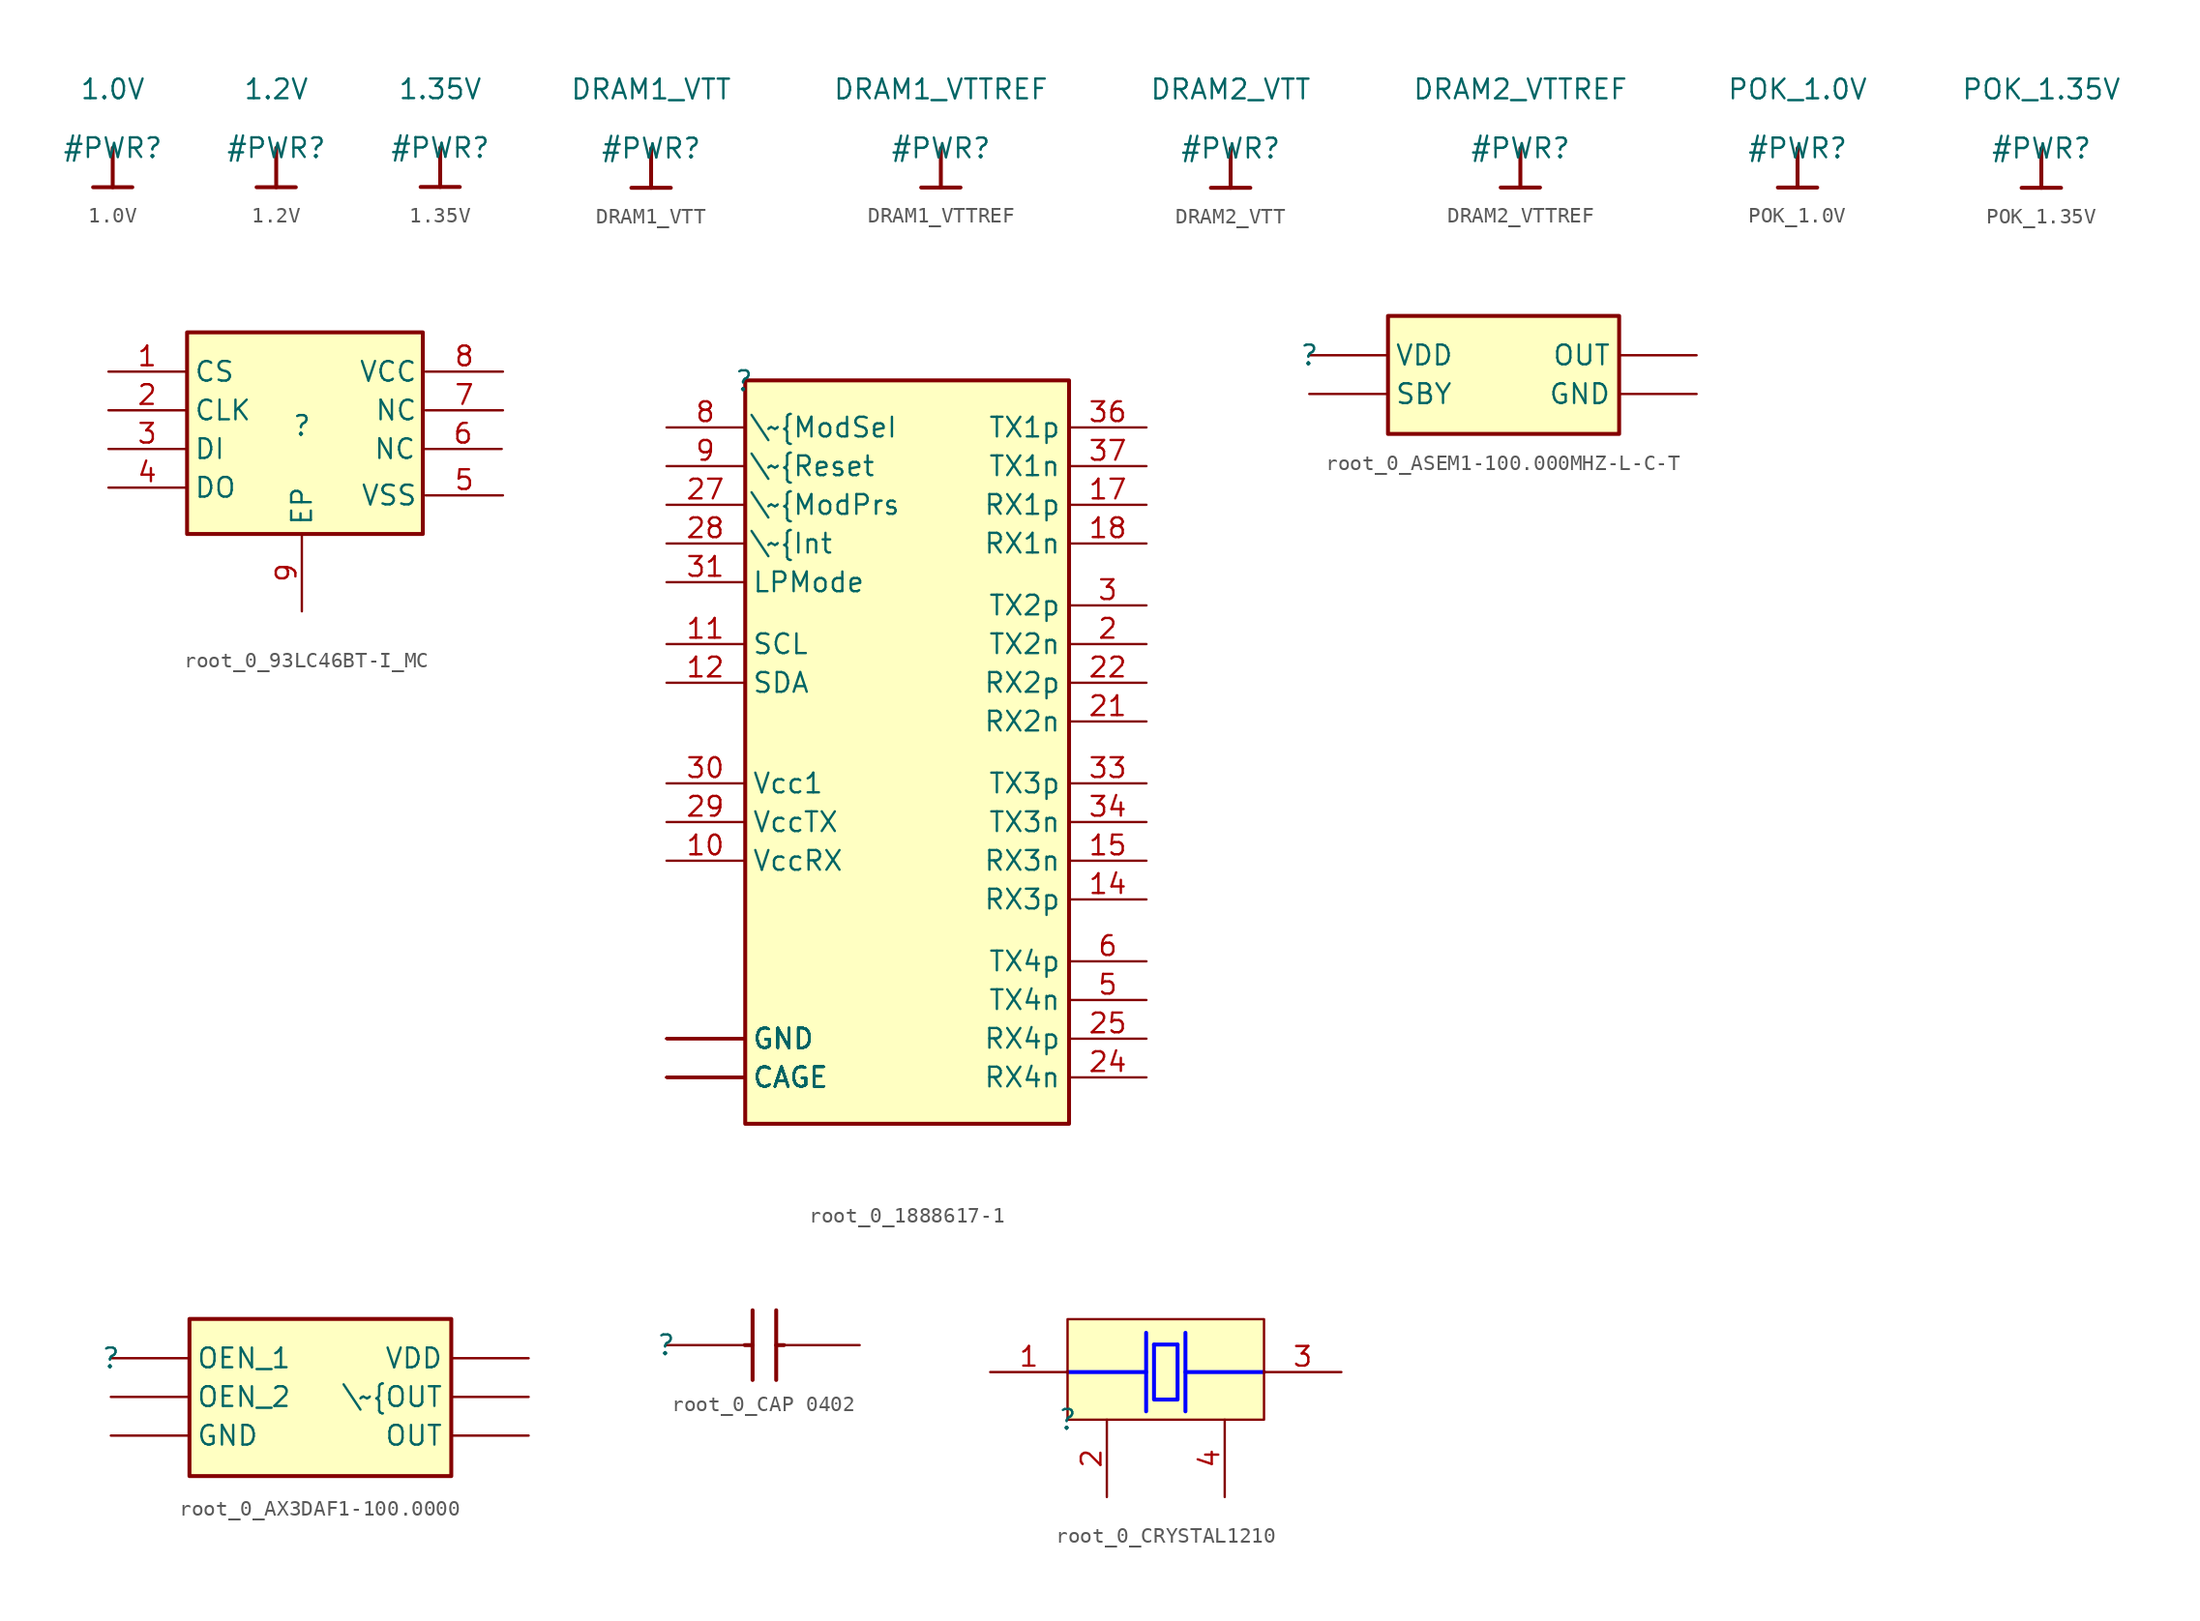
<source format=kicad_sym>
(kicad_symbol_lib
  (version 20220914)
  (generator kicad_symbol_editor)
  (symbol "1.0V"
    (power)
    (property "Reference" "#PWR"
      (at 0 0 0)
      (effects (font (size 1.27 1.27))))
    (property "Value" "1.0V"
      (at 0 3.81 0)
      (effects (font (size 1.27 1.27))))
    (symbol "1.0V_0_0"
      (polyline (pts (xy -1.27 -2.54) (xy 1.27 -2.54)) (stroke (width 0.254) (type solid)) (fill (type none)))
      (polyline (pts (xy 0 0) (xy 0 -2.54)) (stroke (width 0.254) (type solid)) (fill (type none)))
      (pin power_in line (at 0 0 0) (length 0) hide (name "1.0V" (effects (font (size 1.27 1.27)))) (number "" (effects (font (size 1.27 1.27)))))))
  (symbol "1.2V"
    (power)
    (property "Reference" "#PWR"
      (at 0 0 0)
      (effects (font (size 1.27 1.27))))
    (property "Value" "1.2V"
      (at 0 3.81 0)
      (effects (font (size 1.27 1.27))))
    (symbol "1.2V_0_0"
      (polyline (pts (xy -1.27 -2.54) (xy 1.27 -2.54)) (stroke (width 0.254) (type solid)) (fill (type none)))
      (polyline (pts (xy 0 0) (xy 0 -2.54)) (stroke (width 0.254) (type solid)) (fill (type none)))
      (pin power_in line (at 0 0 0) (length 0) hide (name "1.2V" (effects (font (size 1.27 1.27)))) (number "" (effects (font (size 1.27 1.27)))))))
  (symbol "1.35V"
    (power)
    (property "Reference" "#PWR"
      (at 0 0 0)
      (effects (font (size 1.27 1.27))))
    (property "Value" "1.35V"
      (at 0 3.81 0)
      (effects (font (size 1.27 1.27))))
    (symbol "1.35V_0_0"
      (polyline (pts (xy -1.27 -2.54) (xy 1.27 -2.54)) (stroke (width 0.254) (type solid)) (fill (type none)))
      (polyline (pts (xy 0 0) (xy 0 -2.54)) (stroke (width 0.254) (type solid)) (fill (type none)))
      (pin power_in line (at 0 0 0) (length 0) hide (name "1.35V" (effects (font (size 1.27 1.27)))) (number "" (effects (font (size 1.27 1.27)))))))
  (symbol "DRAM1_VTT"
    (power)
    (property "Reference" "#PWR"
      (at 0 0 0)
      (effects (font (size 1.27 1.27))))
    (property "Value" "DRAM1_VTT"
      (at 0 3.81 0)
      (effects (font (size 1.27 1.27))))
    (symbol "DRAM1_VTT_0_0"
      (polyline (pts (xy -1.27 -2.54) (xy 1.27 -2.54)) (stroke (width 0.254) (type solid)) (fill (type none)))
      (polyline (pts (xy 0 0) (xy 0 -2.54)) (stroke (width 0.254) (type solid)) (fill (type none)))
      (pin power_in line (at 0 0 0) (length 0) hide (name "DRAM1_VTT" (effects (font (size 1.27 1.27)))) (number "" (effects (font (size 1.27 1.27)))))))
  (symbol "DRAM1_VTTREF"
    (power)
    (property "Reference" "#PWR"
      (at 0 0 0)
      (effects (font (size 1.27 1.27))))
    (property "Value" "DRAM1_VTTREF"
      (at 0 3.81 0)
      (effects (font (size 1.27 1.27))))
    (symbol "DRAM1_VTTREF_0_0"
      (polyline (pts (xy -1.27 -2.54) (xy 1.27 -2.54)) (stroke (width 0.254) (type solid)) (fill (type none)))
      (polyline (pts (xy 0 0) (xy 0 -2.54)) (stroke (width 0.254) (type solid)) (fill (type none)))
      (pin power_in line (at 0 0 0) (length 0) hide (name "DRAM1_VTTREF" (effects (font (size 1.27 1.27)))) (number "" (effects (font (size 1.27 1.27)))))))
  (symbol "DRAM2_VTT"
    (power)
    (property "Reference" "#PWR"
      (at 0 0 0)
      (effects (font (size 1.27 1.27))))
    (property "Value" "DRAM2_VTT"
      (at 0 3.81 0)
      (effects (font (size 1.27 1.27))))
    (symbol "DRAM2_VTT_0_0"
      (polyline (pts (xy -1.27 -2.54) (xy 1.27 -2.54)) (stroke (width 0.254) (type solid)) (fill (type none)))
      (polyline (pts (xy 0 0) (xy 0 -2.54)) (stroke (width 0.254) (type solid)) (fill (type none)))
      (pin power_in line (at 0 0 0) (length 0) hide (name "DRAM2_VTT" (effects (font (size 1.27 1.27)))) (number "" (effects (font (size 1.27 1.27)))))))
  (symbol "DRAM2_VTTREF"
    (power)
    (property "Reference" "#PWR"
      (at 0 0 0)
      (effects (font (size 1.27 1.27))))
    (property "Value" "DRAM2_VTTREF"
      (at 0 3.81 0)
      (effects (font (size 1.27 1.27))))
    (symbol "DRAM2_VTTREF_0_0"
      (polyline (pts (xy -1.27 -2.54) (xy 1.27 -2.54)) (stroke (width 0.254) (type solid)) (fill (type none)))
      (polyline (pts (xy 0 0) (xy 0 -2.54)) (stroke (width 0.254) (type solid)) (fill (type none)))
      (pin power_in line (at 0 0 0) (length 0) hide (name "DRAM2_VTTREF" (effects (font (size 1.27 1.27)))) (number "" (effects (font (size 1.27 1.27)))))))
  (symbol "POK_1.0V"
    (power)
    (property "Reference" "#PWR"
      (at 0 0 0)
      (effects (font (size 1.27 1.27))))
    (property "Value" "POK_1.0V"
      (at 0 3.81 0)
      (effects (font (size 1.27 1.27))))
    (symbol "POK_1.0V_0_0"
      (polyline (pts (xy -1.27 -2.54) (xy 1.27 -2.54)) (stroke (width 0.254) (type solid)) (fill (type none)))
      (polyline (pts (xy 0 0) (xy 0 -2.54)) (stroke (width 0.254) (type solid)) (fill (type none)))
      (pin power_in line (at 0 0 0) (length 0) hide (name "POK_1.0V" (effects (font (size 1.27 1.27)))) (number "" (effects (font (size 1.27 1.27)))))))
  (symbol "POK_1.35V"
    (power)
    (property "Reference" "#PWR"
      (at 0 0 0)
      (effects (font (size 1.27 1.27))))
    (property "Value" "POK_1.35V"
      (at 0 3.81 0)
      (effects (font (size 1.27 1.27))))
    (symbol "POK_1.35V_0_0"
      (polyline (pts (xy -1.27 -2.54) (xy 1.27 -2.54)) (stroke (width 0.254) (type solid)) (fill (type none)))
      (polyline (pts (xy 0 0) (xy 0 -2.54)) (stroke (width 0.254) (type solid)) (fill (type none)))
      (pin power_in line (at 0 0 0) (length 0) hide (name "POK_1.35V" (effects (font (size 1.27 1.27)))) (number "" (effects (font (size 1.27 1.27)))))))
  (symbol "root_0_93LC46BT-I_MC"
    (property "Reference" ""
      (at 0 0 0)
      (effects (font (size 1.27 1.27))))
    (property "Value" ""
      (at 0 0 0)
      (effects (font (size 1.27 1.27))))
    (symbol "root_0_93LC46BT-I_MC_1_0"
      (rectangle (start 7.82 6.04) (end -7.42 -7) (stroke (width 0.254) (type solid)) (fill (type background)))
      (pin input line (at -12.5 3.5 0) (length 5) (name "CS" (effects (font (size 1.27 1.27)))) (number "1" (effects (font (size 1.27 1.27)))))
      (pin input line (at -12.5 1 0) (length 5) (name "CLK" (effects (font (size 1.27 1.27)))) (number "2" (effects (font (size 1.27 1.27)))))
      (pin input line (at -12.5 -1.5 0) (length 5) (name "DI" (effects (font (size 1.27 1.27)))) (number "3" (effects (font (size 1.27 1.27)))))
      (pin output line (at -12.5 -4 0) (length 5) (name "DO" (effects (font (size 1.27 1.27)))) (number "4" (effects (font (size 1.27 1.27)))))
      (pin power_in line (at 13 -4.5 180) (length 5) (name "VSS" (effects (font (size 1.27 1.27)))) (number "5" (effects (font (size 1.27 1.27)))))
      (pin passive line (at 12.92 -1.5 180) (length 5) (name "NC" (effects (font (size 1.27 1.27)))) (number "6" (effects (font (size 1.27 1.27)))))
      (pin passive line (at 13 1 180) (length 5) (name "NC" (effects (font (size 1.27 1.27)))) (number "7" (effects (font (size 1.27 1.27)))))
      (pin power_in line (at 13 3.5 180) (length 5) (name "VCC" (effects (font (size 1.27 1.27)))) (number "8" (effects (font (size 1.27 1.27)))))
      (pin power_in line (at 0 -12 90) (length 5) (name "EP" (effects (font (size 1.27 1.27)))) (number "9" (effects (font (size 1.27 1.27)))))))
  (symbol "root_0_1888617-1"
    (property "Reference" ""
      (at 0 0 0)
      (effects (font (size 1.27 1.27))))
    (property "Value" ""
      (at 0 0 0)
      (effects (font (size 1.27 1.27))))
    (symbol "root_0_1888617-1_1_0"
      (rectangle (start 21 0.04) (end 0.08 -48) (stroke (width 0.254) (type solid)) (fill (type background)))
      (pin power_in line (at -5 -42.5 0) (length 5) (name "GND" (effects (font (size 1.27 1.27)))) (number "1" (effects (font (size 0 0)))))
      (pin power_in line (at -5 -31 0) (length 5) (name "VccRX" (effects (font (size 1.27 1.27)))) (number "10" (effects (font (size 1.27 1.27)))))
      (pin bidirectional line (at -5 -17 0) (length 5) (name "SCL" (effects (font (size 1.27 1.27)))) (number "11" (effects (font (size 1.27 1.27)))))
      (pin bidirectional line (at -5 -19.5 0) (length 5) (name "SDA" (effects (font (size 1.27 1.27)))) (number "12" (effects (font (size 1.27 1.27)))))
      (pin power_in line (at -5 -42.5 0) (length 5) (name "GND" (effects (font (size 1.27 1.27)))) (number "13" (effects (font (size 0 0)))))
      (pin output line (at 26 -33.5 180) (length 5) (name "RX3p" (effects (font (size 1.27 1.27)))) (number "14" (effects (font (size 1.27 1.27)))))
      (pin output line (at 26 -31 180) (length 5) (name "RX3n" (effects (font (size 1.27 1.27)))) (number "15" (effects (font (size 1.27 1.27)))))
      (pin power_in line (at -5 -42.5 0) (length 5) (name "GND" (effects (font (size 1.27 1.27)))) (number "16" (effects (font (size 0 0)))))
      (pin output line (at 26 -8 180) (length 5) (name "RX1p" (effects (font (size 1.27 1.27)))) (number "17" (effects (font (size 1.27 1.27)))))
      (pin output line (at 26 -10.5 180) (length 5) (name "RX1n" (effects (font (size 1.27 1.27)))) (number "18" (effects (font (size 1.27 1.27)))))
      (pin power_in line (at -5 -42.5 0) (length 5) (name "GND" (effects (font (size 1.27 1.27)))) (number "19" (effects (font (size 0 0)))))
      (pin input line (at 26 -17 180) (length 5) (name "TX2n" (effects (font (size 1.27 1.27)))) (number "2" (effects (font (size 1.27 1.27)))))
      (pin power_in line (at -5 -42.5 0) (length 5) (name "GND" (effects (font (size 1.27 1.27)))) (number "20" (effects (font (size 0 0)))))
      (pin output line (at 26 -22 180) (length 5) (name "RX2n" (effects (font (size 1.27 1.27)))) (number "21" (effects (font (size 1.27 1.27)))))
      (pin output line (at 26 -19.5 180) (length 5) (name "RX2p" (effects (font (size 1.27 1.27)))) (number "22" (effects (font (size 1.27 1.27)))))
      (pin power_in line (at -5 -42.5 0) (length 5) (name "GND" (effects (font (size 1.27 1.27)))) (number "23" (effects (font (size 0 0)))))
      (pin output line (at 26 -45 180) (length 5) (name "RX4n" (effects (font (size 1.27 1.27)))) (number "24" (effects (font (size 1.27 1.27)))))
      (pin output line (at 26 -42.5 180) (length 5) (name "RX4p" (effects (font (size 1.27 1.27)))) (number "25" (effects (font (size 1.27 1.27)))))
      (pin power_in line (at -5 -42.5 0) (length 5) (name "GND" (effects (font (size 1.27 1.27)))) (number "26" (effects (font (size 0 0)))))
      (pin output line (at -5 -8 0) (length 5) (name "\\~{ModPrs" (effects (font (size 1.27 1.27)))) (number "27" (effects (font (size 1.27 1.27)))))
      (pin output line (at -5 -10.5 0) (length 5) (name "\\~{Int" (effects (font (size 1.27 1.27)))) (number "28" (effects (font (size 1.27 1.27)))))
      (pin power_in line (at -5 -28.5 0) (length 5) (name "VccTX" (effects (font (size 1.27 1.27)))) (number "29" (effects (font (size 1.27 1.27)))))
      (pin input line (at 26 -14.5 180) (length 5) (name "TX2p" (effects (font (size 1.27 1.27)))) (number "3" (effects (font (size 1.27 1.27)))))
      (pin power_in line (at -5 -26 0) (length 5) (name "Vcc1" (effects (font (size 1.27 1.27)))) (number "30" (effects (font (size 1.27 1.27)))))
      (pin input line (at -5 -13 0) (length 5) (name "LPMode" (effects (font (size 1.27 1.27)))) (number "31" (effects (font (size 1.27 1.27)))))
      (pin power_in line (at -5 -42.5 0) (length 5) (name "GND" (effects (font (size 1.27 1.27)))) (number "32" (effects (font (size 0 0)))))
      (pin input line (at 26 -26 180) (length 5) (name "TX3p" (effects (font (size 1.27 1.27)))) (number "33" (effects (font (size 1.27 1.27)))))
      (pin input line (at 26 -28.5 180) (length 5) (name "TX3n" (effects (font (size 1.27 1.27)))) (number "34" (effects (font (size 1.27 1.27)))))
      (pin power_in line (at -5 -42.5 0) (length 5) (name "GND" (effects (font (size 1.27 1.27)))) (number "35" (effects (font (size 0 0)))))
      (pin input line (at 26 -3 180) (length 5) (name "TX1p" (effects (font (size 1.27 1.27)))) (number "36" (effects (font (size 1.27 1.27)))))
      (pin input line (at 26 -5.5 180) (length 5) (name "TX1n" (effects (font (size 1.27 1.27)))) (number "37" (effects (font (size 1.27 1.27)))))
      (pin power_in line (at -5 -42.5 0) (length 5) (name "GND" (effects (font (size 1.27 1.27)))) (number "38" (effects (font (size 0 0)))))
      (pin power_in line (at -5 -42.5 0) (length 5) (name "GND" (effects (font (size 1.27 1.27)))) (number "4" (effects (font (size 0 0)))))
      (pin input line (at 26 -40 180) (length 5) (name "TX4n" (effects (font (size 1.27 1.27)))) (number "5" (effects (font (size 1.27 1.27)))))
      (pin input line (at 26 -37.5 180) (length 5) (name "TX4p" (effects (font (size 1.27 1.27)))) (number "6" (effects (font (size 1.27 1.27)))))
      (pin power_in line (at -5 -42.5 0) (length 5) (name "GND" (effects (font (size 1.27 1.27)))) (number "7" (effects (font (size 0 0)))))
      (pin input line (at -5 -3 0) (length 5) (name "\\~{ModSeI" (effects (font (size 1.27 1.27)))) (number "8" (effects (font (size 1.27 1.27)))))
      (pin input line (at -5 -5.5 0) (length 5) (name "\\~{Reset" (effects (font (size 1.27 1.27)))) (number "9" (effects (font (size 1.27 1.27)))))
      (pin passive line (at -5 -45 0) (length 5) (name "CAGE" (effects (font (size 0 0)))) (number "MH1" (effects (font (size 0 0)))))
      (pin passive line (at -5 -45 0) (length 5) (name "CAGE" (effects (font (size 1.27 1.27)))) (number "MH10" (effects (font (size 0 0)))))
      (pin passive line (at -5 -45 0) (length 5) (name "CAGE" (effects (font (size 1.27 1.27)))) (number "MH11" (effects (font (size 0 0)))))
      (pin passive line (at -5 -45 0) (length 5) (name "CAGE" (effects (font (size 1.27 1.27)))) (number "MH12" (effects (font (size 0 0)))))
      (pin passive line (at -5 -45 0) (length 5) (name "CAGE" (effects (font (size 1.27 1.27)))) (number "MH13" (effects (font (size 0 0)))))
      (pin passive line (at -5 -45 0) (length 5) (name "CAGE" (effects (font (size 1.27 1.27)))) (number "MH14" (effects (font (size 0 0)))))
      (pin passive line (at -5 -45 0) (length 5) (name "CAGE" (effects (font (size 1.27 1.27)))) (number "MH2" (effects (font (size 0 0)))))
      (pin passive line (at -5 -45 0) (length 5) (name "CAGE" (effects (font (size 1.27 1.27)))) (number "MH3" (effects (font (size 0 0)))))
      (pin passive line (at -5 -45 0) (length 5) (name "CAGE" (effects (font (size 1.27 1.27)))) (number "MH4" (effects (font (size 0 0)))))
      (pin passive line (at -5 -45 0) (length 5) (name "CAGE" (effects (font (size 1.27 1.27)))) (number "MH5" (effects (font (size 0 0)))))
      (pin passive line (at -5 -45 0) (length 5) (name "CAGE" (effects (font (size 1.27 1.27)))) (number "MH6" (effects (font (size 0 0)))))
      (pin passive line (at -5 -45 0) (length 5) (name "CAGE" (effects (font (size 1.27 1.27)))) (number "MH7" (effects (font (size 0 0)))))
      (pin passive line (at -5 -45 0) (length 5) (name "CAGE" (effects (font (size 1.27 1.27)))) (number "MH8" (effects (font (size 0 0)))))
      (pin passive line (at -5 -45 0) (length 5) (name "CAGE" (effects (font (size 1.27 1.27)))) (number "MH9" (effects (font (size 0 0)))))))
  (symbol "root_0_ASEM1-100.000MHZ-L-C-T"
    (property "Reference" ""
      (at 0 0 0)
      (effects (font (size 1.27 1.27))))
    (property "Value" ""
      (at 0 0 0)
      (effects (font (size 1.27 1.27))))
    (symbol "root_0_ASEM1-100.000MHZ-L-C-T_1_0"
      (rectangle (start 20 2.54) (end 5.08 -5.08) (stroke (width 0.254) (type solid)) (fill (type background)))
      (pin passive line (at 0 -2.5 0) (length 5) (name "SBY" (effects (font (size 1.27 1.27)))) (number "1" (effects (font (size 0 0)))))
      (pin passive line (at 25 -2.5 180) (length 5) (name "GND" (effects (font (size 1.27 1.27)))) (number "2" (effects (font (size 0 0)))))
      (pin passive line (at 25 0 180) (length 5) (name "OUT" (effects (font (size 1.27 1.27)))) (number "3" (effects (font (size 0 0)))))
      (pin passive line (at 0 0 0) (length 5) (name "VDD" (effects (font (size 1.27 1.27)))) (number "4" (effects (font (size 0 0)))))))
  (symbol "root_0_AX3DAF1-100.0000"
    (property "Reference" ""
      (at 0 0 0)
      (effects (font (size 1.27 1.27))))
    (property "Value" ""
      (at 0 0 0)
      (effects (font (size 1.27 1.27))))
    (symbol "root_0_AX3DAF1-100.0000_1_0"
      (rectangle (start 22 2.54) (end 5.08 -7.62) (stroke (width 0.254) (type solid)) (fill (type background)))
      (pin passive line (at 0 0 0) (length 5) (name "OEN_1" (effects (font (size 1.27 1.27)))) (number "1" (effects (font (size 0 0)))))
      (pin passive line (at 0 -2.5 0) (length 5) (name "OEN_2" (effects (font (size 1.27 1.27)))) (number "2" (effects (font (size 0 0)))))
      (pin passive line (at 0 -5 0) (length 5) (name "GND" (effects (font (size 1.27 1.27)))) (number "3" (effects (font (size 0 0)))))
      (pin passive line (at 27 -5 180) (length 5) (name "OUT" (effects (font (size 1.27 1.27)))) (number "4" (effects (font (size 0 0)))))
      (pin passive line (at 27 -2.5 180) (length 5) (name "\\~{OUT" (effects (font (size 1.27 1.27)))) (number "5" (effects (font (size 0 0)))))
      (pin passive line (at 27 0 180) (length 5) (name "VDD" (effects (font (size 1.27 1.27)))) (number "6" (effects (font (size 0 0)))))))
  (symbol "root_0_CAP 0402"
    (property "Reference" ""
      (at 0 0 0)
      (effects (font (size 1.27 1.27))))
    (property "Value" ""
      (at 0 0 0)
      (effects (font (size 1.27 1.27))))
    (symbol "root_0_CAP 0402_1_0"
      (polyline (pts (xy 5.08 0) (xy 5.588 0)) (stroke (width 0.254) (type solid)) (fill (type none)))
      (polyline (pts (xy 5.588 2.25) (xy 5.588 -2.25)) (stroke (width 0.254) (type solid)) (fill (type none)))
      (polyline (pts (xy 7.112 0) (xy 7.62 0)) (stroke (width 0.254) (type solid)) (fill (type none)))
      (polyline (pts (xy 7.112 2.25) (xy 7.112 -2.25)) (stroke (width 0.254) (type solid)) (fill (type none)))
      (pin passive line (at 0 0 0) (length 5) (name "1" (effects (font (size 0 0)))) (number "1" (effects (font (size 0 0)))))
      (pin passive line (at 12.5 0 180) (length 5) (name "2" (effects (font (size 0 0)))) (number "2" (effects (font (size 0 0)))))))
  (symbol "root_0_CRYSTAL1210"
    (property "Reference" ""
      (at 0 0 0)
      (effects (font (size 1.27 1.27))))
    (property "Value" ""
      (at 0 0 0)
      (effects (font (size 1.27 1.27))))
    (symbol "root_0_CRYSTAL1210_1_0"
      (polyline (pts (xy 0 3.08) (xy 5.08 3.08)) (stroke (width 0.254) (type solid) (color 0 0 255 1)) (fill (type none)))
      (polyline (pts (xy 5.08 5.62) (xy 5.08 0.54)) (stroke (width 0.254) (type solid) (color 0 0 255 1)) (fill (type none)))
      (polyline (pts (xy 5.588 4.858) (xy 7.112 4.858)) (stroke (width 0.254) (type solid) (color 0 0 255 1)) (fill (type none)))
      (polyline (pts (xy 7.62 3.08) (xy 12.7 3.08)) (stroke (width 0.254) (type solid) (color 0 0 255 1)) (fill (type none)))
      (polyline (pts (xy 7.62 5.62) (xy 7.62 0.54)) (stroke (width 0.254) (type solid) (color 0 0 255 1)) (fill (type none)))
      (polyline (pts (xy 7.112 4.858) (xy 7.112 1.302) (xy 5.588 1.302) (xy 5.588 4.858)) (stroke (width 0.254) (type solid) (color 0 0 255 1)) (fill (type none)))
      (rectangle (start 12.7 6.5) (end 0 0) (stroke (width 0) (type solid)) (fill (type background)))
      (pin passive line (at -5 3.08 0) (length 5) (name "X1" (effects (font (size 0 0)))) (number "1" (effects (font (size 1.27 1.27)))))
      (pin passive line (at 2.54 -5 90) (length 5) (name "GND" (effects (font (size 0 0)))) (number "2" (effects (font (size 1.27 1.27)))))
      (pin passive line (at 17.7 3.08 180) (length 5) (name "X2" (effects (font (size 0 0)))) (number "3" (effects (font (size 1.27 1.27)))))
      (pin passive line (at 10.16 -5 90) (length 5) (name "GND" (effects (font (size 0 0)))) (number "4" (effects (font (size 1.27 1.27))))))))
</source>
